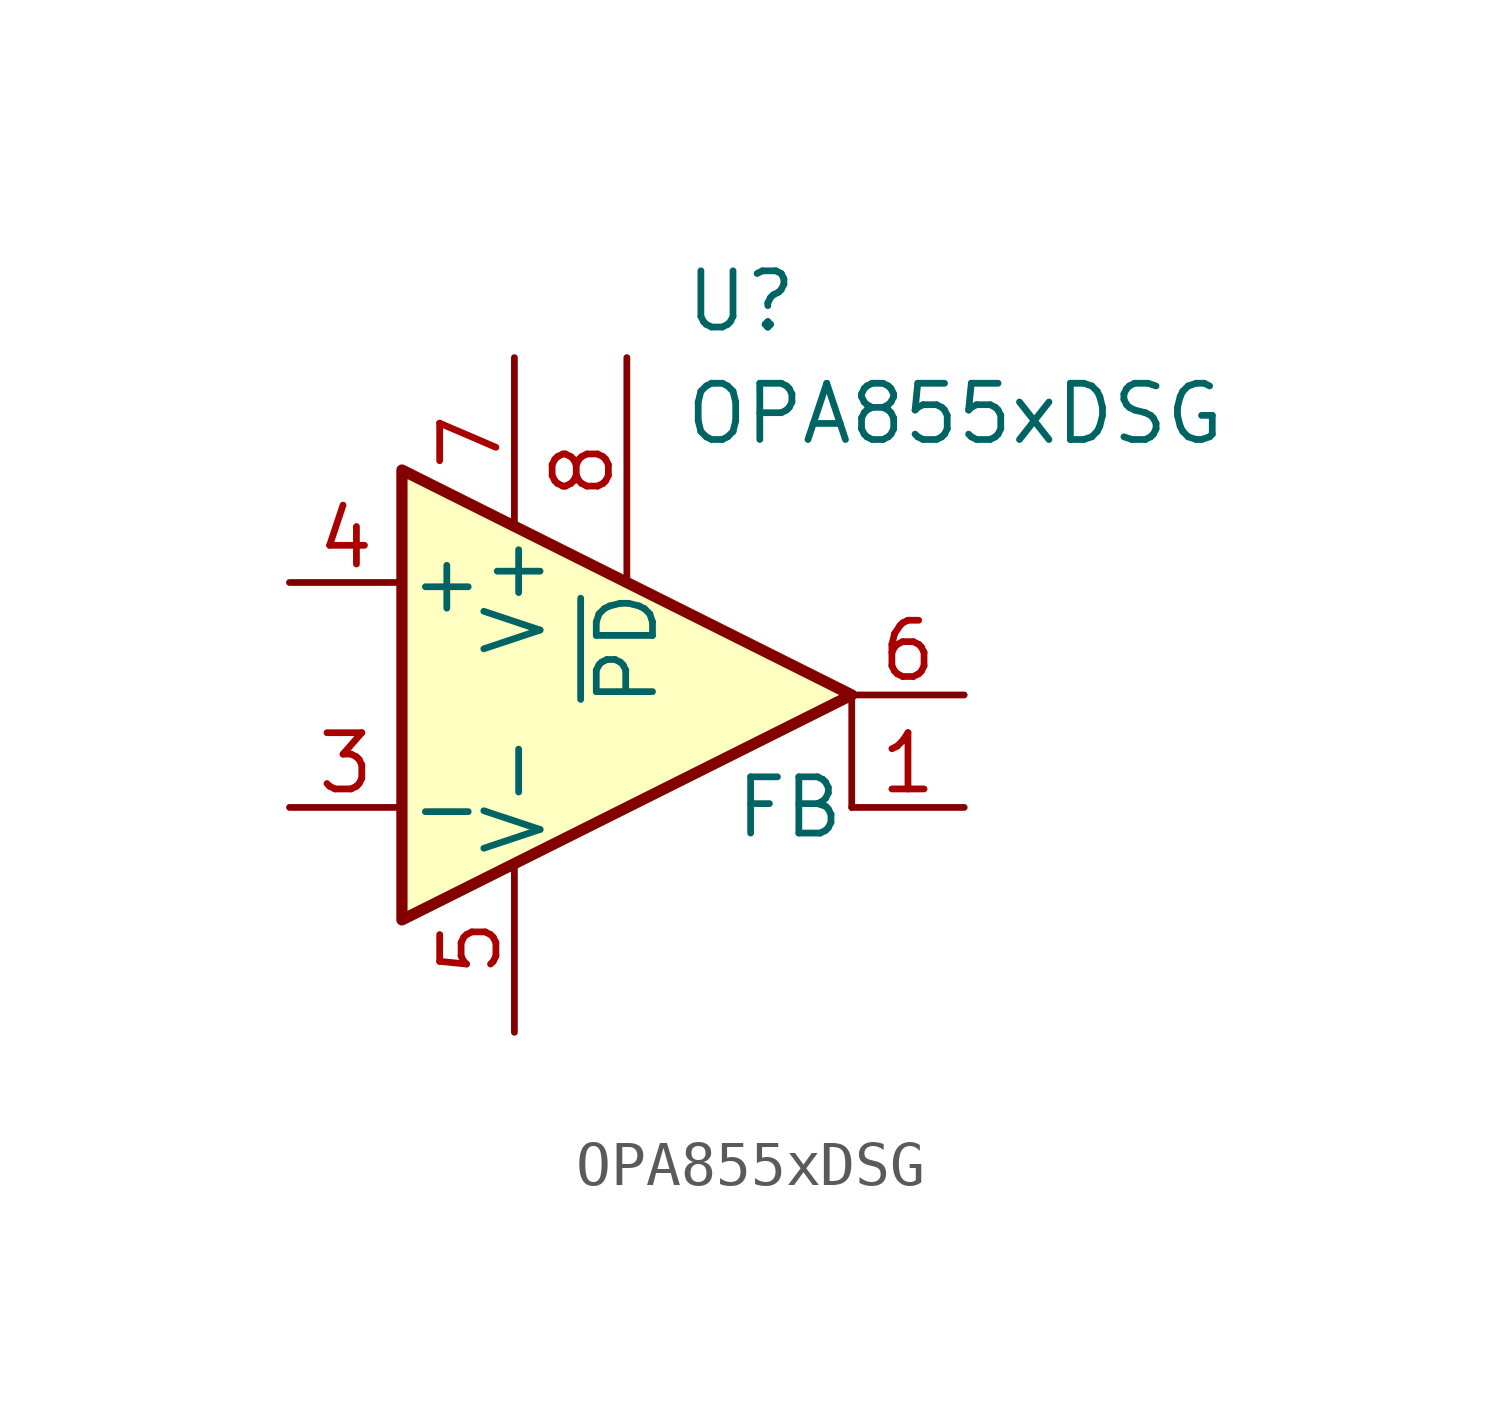
<source format=kicad_sym>
(kicad_symbol_lib
  (version 20231120)
  (generator "kicad_symbol_editor")
  (generator_version "8.0")
  (symbol "OPA855xDSG"
    (pin_names
      (offset 0.127))
    (property "Reference" "U"
      (at 1.27 8.89 0)
      (effects (font (size 1.27 1.27)) (justify left)))
    (property "Value" "OPA855xDSG"
      (at 1.27 6.35 0)
      (effects (font (size 1.27 1.27)) (justify left)))
    (symbol "OPA855xDSG_0_0"
      (pin power_in line (at -2.54 7.62 270) (length 3.81) (name "V+" (effects (font (size 1.27 1.27)))) (number "7" (effects (font (size 1.27 1.27)))))
      (pin input line (at 0 7.62 270) (length 5.08) (name "~{PD}" (effects (font (size 1.27 1.27)))) (number "8" (effects (font (size 1.27 1.27)))))
      (pin passive line (at -2.54 -7.62 90) (length 3.81) hide (name "V-" (effects (font (size 1.27 1.27)))) (number "9" (effects (font (size 1.27 1.27))))))
    (symbol "OPA855xDSG_0_1"
      (polyline (pts (xy 5.08 0) (xy 5.08 -2.54)) (stroke (width 0.152) (type default)) (fill (type none)))
      (polyline (pts (xy -5.08 5.08) (xy 5.08 0) (xy -5.08 -5.08) (xy -5.08 5.08)) (stroke (width 0.254) (type default)) (fill (type background)))
      (pin no_connect line (at -5.08 -5.08 90) (length 3.81) hide (name "NC" (effects (font (size 1.27 1.27)))) (number "2" (effects (font (size 1.27 1.27)))))
      (pin output line (at 7.62 0 180) (length 2.54) (name "~" (effects (font (size 1.27 1.27)))) (number "6" (effects (font (size 1.27 1.27))))))
    (symbol "OPA855xDSG_1_1"
      (pin output line (at 7.62 -2.54 180) (length 2.54) (name "FB" (effects (font (size 1.27 1.27)))) (number "1" (effects (font (size 1.27 1.27)))))
      (pin input line (at -7.62 -2.54 0) (length 2.54) (name "-" (effects (font (size 1.27 1.27)))) (number "3" (effects (font (size 1.27 1.27)))))
      (pin input line (at -7.62 2.54 0) (length 2.54) (name "+" (effects (font (size 1.27 1.27)))) (number "4" (effects (font (size 1.27 1.27)))))
      (pin power_in line (at -2.54 -7.62 90) (length 3.81) (name "V-" (effects (font (size 1.27 1.27)))) (number "5" (effects (font (size 1.27 1.27))))))))
</source>
